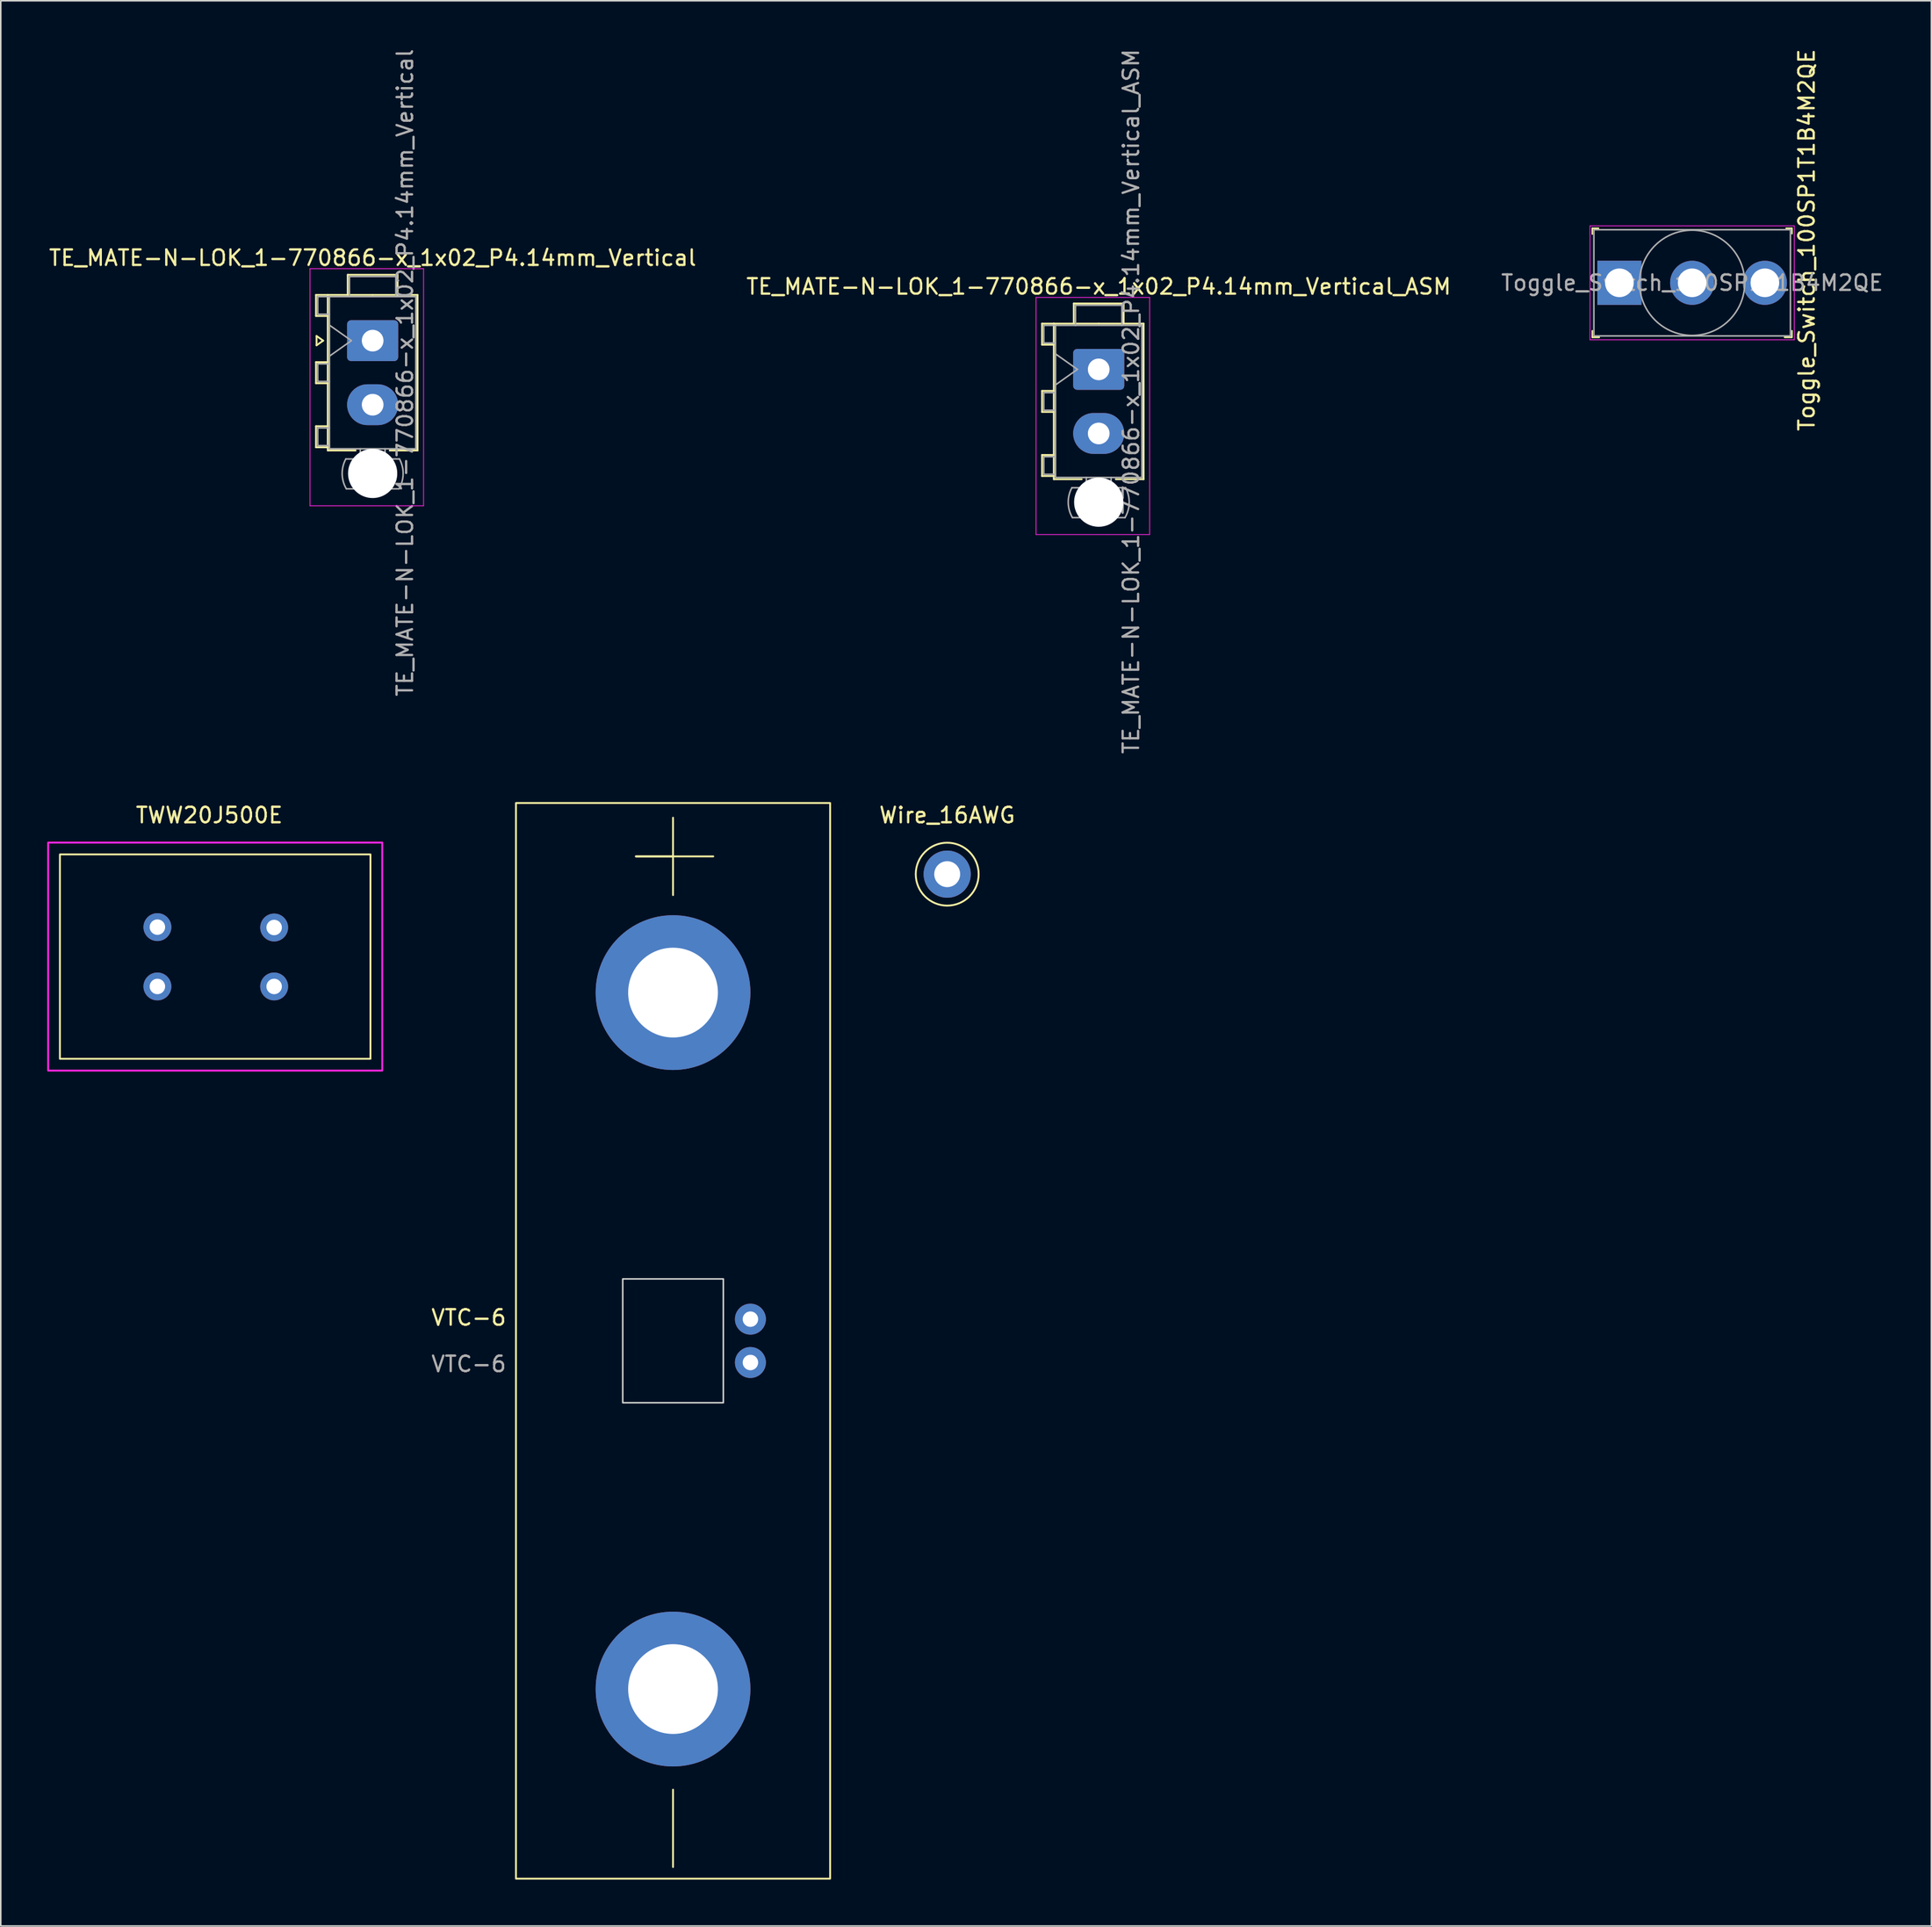
<source format=kicad_pcb>
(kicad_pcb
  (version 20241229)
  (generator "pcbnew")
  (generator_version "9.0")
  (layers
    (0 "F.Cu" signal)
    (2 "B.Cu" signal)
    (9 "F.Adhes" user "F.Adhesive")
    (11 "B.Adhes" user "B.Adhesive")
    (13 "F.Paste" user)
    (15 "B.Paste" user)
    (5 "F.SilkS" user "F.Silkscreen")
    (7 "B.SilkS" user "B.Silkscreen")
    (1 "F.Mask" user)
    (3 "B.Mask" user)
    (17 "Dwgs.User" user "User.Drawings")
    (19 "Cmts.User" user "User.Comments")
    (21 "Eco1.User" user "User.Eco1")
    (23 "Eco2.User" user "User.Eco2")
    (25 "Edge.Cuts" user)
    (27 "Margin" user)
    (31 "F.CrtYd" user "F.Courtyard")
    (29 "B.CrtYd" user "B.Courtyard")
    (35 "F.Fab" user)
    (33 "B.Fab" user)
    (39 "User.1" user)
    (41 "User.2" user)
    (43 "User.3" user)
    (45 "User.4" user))
  (footprint "TE_MATE-N-LOK_1-770866-x_1x02_P4.14mm_Vertical_ASM"
    (layer "F.Cu")
    (at 67.946 20.817)
    (property "Reference" "TE_MATE-N-LOK_1-770866-x_1x02_P4.14mm_Vertical_ASM" (at 0 -5.35 180) (layer "F.SilkS") (effects (font (size 1 1) (thickness 0.15))))
    (attr through_hole)
    (fp_line (start -3.66 -2.955) (end -3.66 -1.595) (stroke (width 0.12) (type solid)) (layer "F.SilkS"))
    (fp_line (start -3.66 -1.595) (end -2.9 -1.595) (stroke (width 0.12) (type solid)) (layer "F.SilkS"))
    (fp_line (start -3.66 1.39) (end -3.66 2.75) (stroke (width 0.12) (type solid)) (layer "F.SilkS"))
    (fp_line (start -3.66 2.75) (end -2.9 2.75) (stroke (width 0.12) (type solid)) (layer "F.SilkS"))
    (fp_line (start -3.66 5.53) (end -3.66 6.89) (stroke (width 0.12) (type solid)) (layer "F.SilkS"))
    (fp_line (start -3.66 6.89) (end -2.9 6.89) (stroke (width 0.12) (type solid)) (layer "F.SilkS"))
    (fp_line (start -2.9 -2.955) (end -3.66 -2.955) (stroke (width 0.12) (type solid)) (layer "F.SilkS"))
    (fp_line (start -2.9 -2.955) (end -2.9 7.095) (stroke (width 0.12) (type solid)) (layer "F.SilkS"))
    (fp_line (start -2.9 1.39) (end -3.66 1.39) (stroke (width 0.12) (type solid)) (layer "F.SilkS"))
    (fp_line (start -2.9 5.53) (end -3.66 5.53) (stroke (width 0.12) (type solid)) (layer "F.SilkS"))
    (fp_line (start -2.9 7.095) (end -1.103 7.095) (stroke (width 0.12) (type solid)) (layer "F.SilkS"))
    (fp_line (start -1.61 -4.255) (end 1.61 -4.255) (stroke (width 0.12) (type solid)) (layer "F.SilkS"))
    (fp_line (start -1.61 -2.955) (end -1.61 -4.255) (stroke (width 0.12) (type solid)) (layer "F.SilkS"))
    (fp_line (start 0 -2.955) (end -2.9 -2.955) (stroke (width 0.12) (type solid)) (layer "F.SilkS"))
    (fp_line (start 0 -2.955) (end 2.9 -2.955) (stroke (width 0.12) (type solid)) (layer "F.SilkS"))
    (fp_line (start 1.61 -4.255) (end 1.61 -2.955) (stroke (width 0.12) (type solid)) (layer "F.SilkS"))
    (fp_line (start 2.9 -2.955) (end 2.9 7.095) (stroke (width 0.12) (type solid)) (layer "F.SilkS"))
    (fp_line (start 2.9 7.095) (end 1.103 7.095) (stroke (width 0.12) (type solid)) (layer "F.SilkS"))
    (fp_line (start -4.05 -4.65) (end -4.05 10.67) (stroke (width 0.05) (type solid)) (layer "F.CrtYd"))
    (fp_line (start -4.05 10.67) (end 3.29 10.67) (stroke (width 0.05) (type solid)) (layer "F.CrtYd"))
    (fp_line (start 3.29 -4.65) (end -4.05 -4.65) (stroke (width 0.05) (type solid)) (layer "F.CrtYd"))
    (fp_line (start 3.29 10.67) (end 3.29 -4.65) (stroke (width 0.05) (type solid)) (layer "F.CrtYd"))
    (fp_line (start -3.55 -2.845) (end -3.55 -1.705) (stroke (width 0.1) (type solid)) (layer "F.Fab"))
    (fp_line (start -3.55 -1.705) (end -2.79 -1.705) (stroke (width 0.1) (type solid)) (layer "F.Fab"))
    (fp_line (start -3.55 1.5) (end -3.55 2.64) (stroke (width 0.1) (type solid)) (layer "F.Fab"))
    (fp_line (start -3.55 2.64) (end -2.79 2.64) (stroke (width 0.1) (type solid)) (layer "F.Fab"))
    (fp_line (start -3.55 5.64) (end -3.55 6.78) (stroke (width 0.1) (type solid)) (layer "F.Fab"))
    (fp_line (start -3.55 6.78) (end -2.79 6.78) (stroke (width 0.1) (type solid)) (layer "F.Fab"))
    (fp_line (start -2.79 -2.845) (end -3.55 -2.845) (stroke (width 0.1) (type solid)) (layer "F.Fab"))
    (fp_line (start -2.79 -2.845) (end -2.79 6.985) (stroke (width 0.1) (type solid)) (layer "F.Fab"))
    (fp_line (start -2.79 -1) (end -1.376 0) (stroke (width 0.1) (type solid)) (layer "F.Fab"))
    (fp_line (start -2.79 1.5) (end -3.55 1.5) (stroke (width 0.1) (type solid)) (layer "F.Fab"))
    (fp_line (start -2.79 5.64) (end -3.55 5.64) (stroke (width 0.1) (type solid)) (layer "F.Fab"))
    (fp_line (start -2.79 6.985) (end 2.79 6.985) (stroke (width 0.1) (type solid)) (layer "F.Fab"))
    (fp_line (start -1.5 -4.145) (end 1.5 -4.145) (stroke (width 0.1) (type solid)) (layer "F.Fab"))
    (fp_line (start -1.5 -2.845) (end -1.5 -4.145) (stroke (width 0.1) (type solid)) (layer "F.Fab"))
    (fp_line (start -1.376 0) (end -2.79 1) (stroke (width 0.1) (type solid)) (layer "F.Fab"))
    (fp_line (start -0.8 6.985) (end -0.8 7.645) (stroke (width 0.1) (type solid)) (layer "F.Fab"))
    (fp_line (start 0.8 6.985) (end 0.8 7.645) (stroke (width 0.1) (type solid)) (layer "F.Fab"))
    (fp_line (start 1.5 -4.145) (end 1.5 -2.845) (stroke (width 0.1) (type solid)) (layer "F.Fab"))
    (fp_line (start 1.7 9.576) (end -1.7 9.576) (stroke (width 0.1) (type solid)) (layer "F.Fab"))
    (fp_line (start 1.734 7.645) (end -1.734 7.645) (stroke (width 0.1) (type solid)) (layer "F.Fab"))
    (fp_line (start 2.79 -2.845) (end -2.79 -2.845) (stroke (width 0.1) (type solid)) (layer "F.Fab"))
    (fp_line (start 2.79 6.985) (end 2.79 -2.845) (stroke (width 0.1) (type solid)) (layer "F.Fab"))
    (fp_arc (start -1.699672 9.576) (mid -1.969689 8.614992) (end -1.733977 7.645) (stroke (width 0.1) (type solid)) (layer "F.Fab"))
    (fp_arc (start 1.733977 7.645) (mid 1.96969 8.614992) (end 1.699672 9.576) (stroke (width 0.1) (type solid)) (layer "F.Fab"))
    (fp_text user "${REFERENCE}" (at 2.09 2.07 90) (layer "F.Fab") (effects (font (size 1 1) (thickness 0.15))))
    (pad "" np_thru_hole circle (at 0 8.58) (size 3.18 3.18) (drill 3.18) (layers "*.Cu" "*.Mask"))
    (pad "1" thru_hole roundrect (at 0 0) (size 3.3 2.64) (drill 1.4) (layers "*.Cu" "*.Mask") (roundrect_rratio 0.095))
    (pad "2" thru_hole oval (at 0 4.14) (size 3.3 2.64) (drill 1.4) (layers "*.Cu" "*.Mask")))
  (footprint "TWW20J500E"
    (layer "F.Cu")
    (at 10.474 50.122)
    (property "Reference" "TWW20J500E" (at 0 -0.5 0) (unlocked yes) (layer "F.SilkS") (effects (font (size 1 1) (thickness 0.15))))
    (attr through_hole)
    (fp_rect (start -9.652 2.032) (end 10.414 15.24) (stroke (width 0.12) (type solid)) (fill no) (layer "F.SilkS"))
    (fp_rect (start -10.414 1.27) (end 11.176 16.002) (stroke (width 0.12) (type solid)) (fill no) (layer "F.CrtYd"))
    (pad "1" thru_hole circle (at -3.353 6.731) (size 1.8 1.8) (drill 1) (layers "*.Cu" "*.Mask"))
    (pad "1" thru_hole circle (at -3.353 10.566) (size 1.8 1.8) (drill 1) (layers "*.Cu" "*.Mask"))
    (pad "2" thru_hole circle (at 4.191 6.756) (size 1.8 1.8) (drill 1) (layers "*.Cu" "*.Mask"))
    (pad "2" thru_hole circle (at 4.191 10.566) (size 1.8 1.8) (drill 1) (layers "*.Cu" "*.Mask")))
  (footprint "Toggle_Switch_100SP1T1B4M2QE"
    (layer "F.Cu")
    (at 101.592 15.223)
    (property "Reference" "Toggle_Switch_100SP1T1B4M2QE" (at 12.1 -2.765 90) (layer "F.SilkS") (effects (font (size 1 1) (thickness 0.15))))
    (attr through_hole)
    (fp_line (start -1.75 -3.525) (end -1.75 -3.15) (stroke (width 0.1) (type solid)) (layer "F.SilkS"))
    (fp_line (start -1.75 -3.525) (end -1.35 -3.525) (stroke (width 0.1) (type solid)) (layer "F.SilkS"))
    (fp_line (start -1.75 3.525) (end -1.75 3.1) (stroke (width 0.1) (type solid)) (layer "F.SilkS"))
    (fp_line (start -1.75 3.525) (end -1.3 3.525) (stroke (width 0.1) (type solid)) (layer "F.SilkS"))
    (fp_line (start 10.775 -3.525) (end 11.15 -3.525) (stroke (width 0.1) (type solid)) (layer "F.SilkS"))
    (fp_line (start 11.125 3.525) (end 10.675 3.525) (stroke (width 0.1) (type solid)) (layer "F.SilkS"))
    (fp_line (start 11.15 -3.525) (end 11.15 -3.175) (stroke (width 0.1) (type solid)) (layer "F.SilkS"))
    (fp_line (start 11.15 3.525) (end 11.15 3.1) (stroke (width 0.1) (type solid)) (layer "F.SilkS"))
    (fp_line (start -1.9 -3.68) (end 11.3 -3.68) (stroke (width 0.05) (type solid)) (layer "F.CrtYd"))
    (fp_line (start -1.9 3.68) (end -1.9 -3.68) (stroke (width 0.05) (type solid)) (layer "F.CrtYd"))
    (fp_line (start 11.3 -3.68) (end 11.3 3.68) (stroke (width 0.05) (type solid)) (layer "F.CrtYd"))
    (fp_line (start 11.3 3.68) (end -1.9 3.68) (stroke (width 0.05) (type solid)) (layer "F.CrtYd"))
    (fp_line (start -1.65 -3.43) (end -1.65 3.43) (stroke (width 0.1) (type solid)) (layer "F.Fab"))
    (fp_line (start -1.65 -3.43) (end 11.05 -3.43) (stroke (width 0.1) (type solid)) (layer "F.Fab"))
    (fp_line (start -1.65 3.43) (end 11.05 3.43) (stroke (width 0.1) (type solid)) (layer "F.Fab"))
    (fp_line (start 11.05 3.43) (end 11.05 -3.43) (stroke (width 0.1) (type solid)) (layer "F.Fab"))
    (fp_circle (center 4.7 0) (end 4.7 3.4) (stroke (width 0.1) (type solid)) (fill no) (layer "F.Fab"))
    (fp_text user "${REFERENCE}" (at 4.7 0 0) (layer "F.Fab") (effects (font (size 1 1) (thickness 0.15))))
    (pad "1" thru_hole rect (at 0 0) (size 2.85 2.85) (drill 1.85) (layers "*.Cu" "*.Mask"))
    (pad "2" thru_hole circle (at 4.7 0) (size 2.85 2.85) (drill 1.85) (layers "*.Cu" "*.Mask"))
    (pad "3" thru_hole circle (at 9.4 0) (size 2.85 2.85) (drill 1.85) (layers "*.Cu" "*.Mask")))
  (footprint "VTC-6"
    (layer "F.Cu")
    (at 40.44 83.584)
    (property "Reference" "VTC-6" (at -13.2 -1.5 0) (unlocked yes) (layer "F.SilkS") (effects (font (size 1 1) (thickness 0.15))))
    (attr through_hole)
    (fp_line (start -2.4 -31.3) (end 2.6 -31.3) (stroke (width 0.12) (type solid)) (layer "F.SilkS"))
    (fp_line (start 0 -33.8) (end 0 -28.8) (stroke (width 0.12) (type solid)) (layer "F.SilkS"))
    (fp_line (start 0 -31.3) (end -2.4 -31.3) (stroke (width 0.12) (type solid)) (layer "F.SilkS"))
    (fp_line (start 0 29) (end 0 34) (stroke (width 0.12) (type solid)) (layer "F.SilkS"))
    (fp_rect (start -10.15 -34.75) (end 10.15 34.75) (stroke (width 0.12) (type solid)) (fill no) (layer "F.SilkS"))
    (fp_rect (start -3.25 -4) (end 3.25 4) (stroke (width 0.1) (type solid)) (fill no) (layer "Edge.Cuts"))
    (fp_text user "${REFERENCE}" (at -13.2 1.5 0) (unlocked yes) (layer "F.Fab") (effects (font (size 1 1) (thickness 0.15))))
    (pad "1" thru_hole circle (at 0 -22.5) (size 10 10) (drill 5.8) (layers "*.Cu" "*.Mask"))
    (pad "2" thru_hole circle (at 0 22.5) (size 10 10) (drill 5.8) (layers "*.Cu" "*.Mask"))
    (pad "3" thru_hole circle (at 5 1.4) (size 2 2) (drill 1) (layers "*.Cu" "*.Mask"))
    (pad "4" thru_hole circle (at 5 -1.4) (size 2 2) (drill 1) (layers "*.Cu" "*.Mask")))
  (footprint "TE_MATE-N-LOK_1-770866-x_1x02_P4.14mm_Vertical"
    (layer "F.Cu")
    (at 21.03 18.96)
    (property "Reference" "TE_MATE-N-LOK_1-770866-x_1x02_P4.14mm_Vertical" (at 0 -5.35 0) (layer "F.SilkS") (effects (font (size 1 1) (thickness 0.15))))
    (attr through_hole)
    (fp_line (start -3.66 -2.955) (end -3.66 -1.595) (stroke (width 0.12) (type solid)) (layer "F.SilkS"))
    (fp_line (start -3.66 -1.595) (end -2.9 -1.595) (stroke (width 0.12) (type solid)) (layer "F.SilkS"))
    (fp_line (start -3.66 1.39) (end -3.66 2.75) (stroke (width 0.12) (type solid)) (layer "F.SilkS"))
    (fp_line (start -3.66 2.75) (end -2.9 2.75) (stroke (width 0.12) (type solid)) (layer "F.SilkS"))
    (fp_line (start -3.66 5.53) (end -3.66 6.89) (stroke (width 0.12) (type solid)) (layer "F.SilkS"))
    (fp_line (start -3.66 6.89) (end -2.9 6.89) (stroke (width 0.12) (type solid)) (layer "F.SilkS"))
    (fp_line (start -3.624 -0.3) (end -3.2 0) (stroke (width 0.12) (type solid)) (layer "F.SilkS"))
    (fp_line (start -3.624 0.3) (end -3.624 -0.3) (stroke (width 0.12) (type solid)) (layer "F.SilkS"))
    (fp_line (start -3.2 0) (end -3.624 0.3) (stroke (width 0.12) (type solid)) (layer "F.SilkS"))
    (fp_line (start -2.9 -2.955) (end -3.66 -2.955) (stroke (width 0.12) (type solid)) (layer "F.SilkS"))
    (fp_line (start -2.9 -2.955) (end -2.9 7.095) (stroke (width 0.12) (type solid)) (layer "F.SilkS"))
    (fp_line (start -2.9 1.39) (end -3.66 1.39) (stroke (width 0.12) (type solid)) (layer "F.SilkS"))
    (fp_line (start -2.9 5.53) (end -3.66 5.53) (stroke (width 0.12) (type solid)) (layer "F.SilkS"))
    (fp_line (start -2.9 7.095) (end -1.103 7.095) (stroke (width 0.12) (type solid)) (layer "F.SilkS"))
    (fp_line (start -1.61 -4.255) (end 1.61 -4.255) (stroke (width 0.12) (type solid)) (layer "F.SilkS"))
    (fp_line (start -1.61 -2.955) (end -1.61 -4.255) (stroke (width 0.12) (type solid)) (layer "F.SilkS"))
    (fp_line (start 0 -2.955) (end -2.9 -2.955) (stroke (width 0.12) (type solid)) (layer "F.SilkS"))
    (fp_line (start 0 -2.955) (end 2.9 -2.955) (stroke (width 0.12) (type solid)) (layer "F.SilkS"))
    (fp_line (start 1.61 -4.255) (end 1.61 -2.955) (stroke (width 0.12) (type solid)) (layer "F.SilkS"))
    (fp_line (start 2.9 -2.955) (end 2.9 7.095) (stroke (width 0.12) (type solid)) (layer "F.SilkS"))
    (fp_line (start 2.9 7.095) (end 1.103 7.095) (stroke (width 0.12) (type solid)) (layer "F.SilkS"))
    (fp_line (start -4.05 -4.65) (end -4.05 10.67) (stroke (width 0.05) (type solid)) (layer "F.CrtYd"))
    (fp_line (start -4.05 10.67) (end 3.29 10.67) (stroke (width 0.05) (type solid)) (layer "F.CrtYd"))
    (fp_line (start 3.29 -4.65) (end -4.05 -4.65) (stroke (width 0.05) (type solid)) (layer "F.CrtYd"))
    (fp_line (start 3.29 10.67) (end 3.29 -4.65) (stroke (width 0.05) (type solid)) (layer "F.CrtYd"))
    (fp_line (start -3.55 -2.845) (end -3.55 -1.705) (stroke (width 0.1) (type solid)) (layer "F.Fab"))
    (fp_line (start -3.55 -1.705) (end -2.79 -1.705) (stroke (width 0.1) (type solid)) (layer "F.Fab"))
    (fp_line (start -3.55 1.5) (end -3.55 2.64) (stroke (width 0.1) (type solid)) (layer "F.Fab"))
    (fp_line (start -3.55 2.64) (end -2.79 2.64) (stroke (width 0.1) (type solid)) (layer "F.Fab"))
    (fp_line (start -3.55 5.64) (end -3.55 6.78) (stroke (width 0.1) (type solid)) (layer "F.Fab"))
    (fp_line (start -3.55 6.78) (end -2.79 6.78) (stroke (width 0.1) (type solid)) (layer "F.Fab"))
    (fp_line (start -2.79 -2.845) (end -3.55 -2.845) (stroke (width 0.1) (type solid)) (layer "F.Fab"))
    (fp_line (start -2.79 -2.845) (end -2.79 6.985) (stroke (width 0.1) (type solid)) (layer "F.Fab"))
    (fp_line (start -2.79 -1) (end -1.376 0) (stroke (width 0.1) (type solid)) (layer "F.Fab"))
    (fp_line (start -2.79 1.5) (end -3.55 1.5) (stroke (width 0.1) (type solid)) (layer "F.Fab"))
    (fp_line (start -2.79 5.64) (end -3.55 5.64) (stroke (width 0.1) (type solid)) (layer "F.Fab"))
    (fp_line (start -2.79 6.985) (end 2.79 6.985) (stroke (width 0.1) (type solid)) (layer "F.Fab"))
    (fp_line (start -1.5 -4.145) (end 1.5 -4.145) (stroke (width 0.1) (type solid)) (layer "F.Fab"))
    (fp_line (start -1.5 -2.845) (end -1.5 -4.145) (stroke (width 0.1) (type solid)) (layer "F.Fab"))
    (fp_line (start -1.376 0) (end -2.79 1) (stroke (width 0.1) (type solid)) (layer "F.Fab"))
    (fp_line (start -0.8 6.985) (end -0.8 7.645) (stroke (width 0.1) (type solid)) (layer "F.Fab"))
    (fp_line (start 0.8 6.985) (end 0.8 7.645) (stroke (width 0.1) (type solid)) (layer "F.Fab"))
    (fp_line (start 1.5 -4.145) (end 1.5 -2.845) (stroke (width 0.1) (type solid)) (layer "F.Fab"))
    (fp_line (start 1.7 9.576) (end -1.7 9.576) (stroke (width 0.1) (type solid)) (layer "F.Fab"))
    (fp_line (start 1.734 7.645) (end -1.734 7.645) (stroke (width 0.1) (type solid)) (layer "F.Fab"))
    (fp_line (start 2.79 -2.845) (end -2.79 -2.845) (stroke (width 0.1) (type solid)) (layer "F.Fab"))
    (fp_line (start 2.79 6.985) (end 2.79 -2.845) (stroke (width 0.1) (type solid)) (layer "F.Fab"))
    (fp_arc (start -1.699672 9.576) (mid -1.969689 8.614992) (end -1.733977 7.645) (stroke (width 0.1) (type solid)) (layer "F.Fab"))
    (fp_arc (start 1.733977 7.645) (mid 1.96969 8.614992) (end 1.699672 9.576) (stroke (width 0.1) (type solid)) (layer "F.Fab"))
    (fp_text user "${REFERENCE}" (at 2.09 2.07 90) (layer "F.Fab") (effects (font (size 1 1) (thickness 0.15))))
    (pad "" np_thru_hole circle (at 0 8.58) (size 3.18 3.18) (drill 3.18) (layers "*.Cu" "*.Mask"))
    (pad "1" thru_hole roundrect (at 0 0) (size 3.3 2.64) (drill 1.4) (layers "*.Cu" "*.Mask") (roundrect_rratio 0.095))
    (pad "2" thru_hole oval (at 0 4.14) (size 3.3 2.64) (drill 1.4) (layers "*.Cu" "*.Mask")))
  (footprint "Wire_16AWG"
    (layer "F.Cu")
    (at 58.156 53.432)
    (property "Reference" "Wire_16AWG" (at 0 -3.81 0) (layer "F.SilkS") (effects (font (size 1 1) (thickness 0.15))))
    (attr through_hole)
    (fp_circle (center 0 0) (end 2.032 0) (stroke (width 0.12) (type solid)) (fill no) (layer "F.SilkS"))
    (pad "1" thru_hole circle (at 0 0) (size 3.048 3.048) (drill 1.676) (layers "*.Cu" "*.Mask")))
  (gr_rect
    (start -3 -3)
    (end 121.75 121.394)
    (stroke (width 0.1) (type default))
    (fill no)
    (layer "Edge.Cuts")))
</source>
